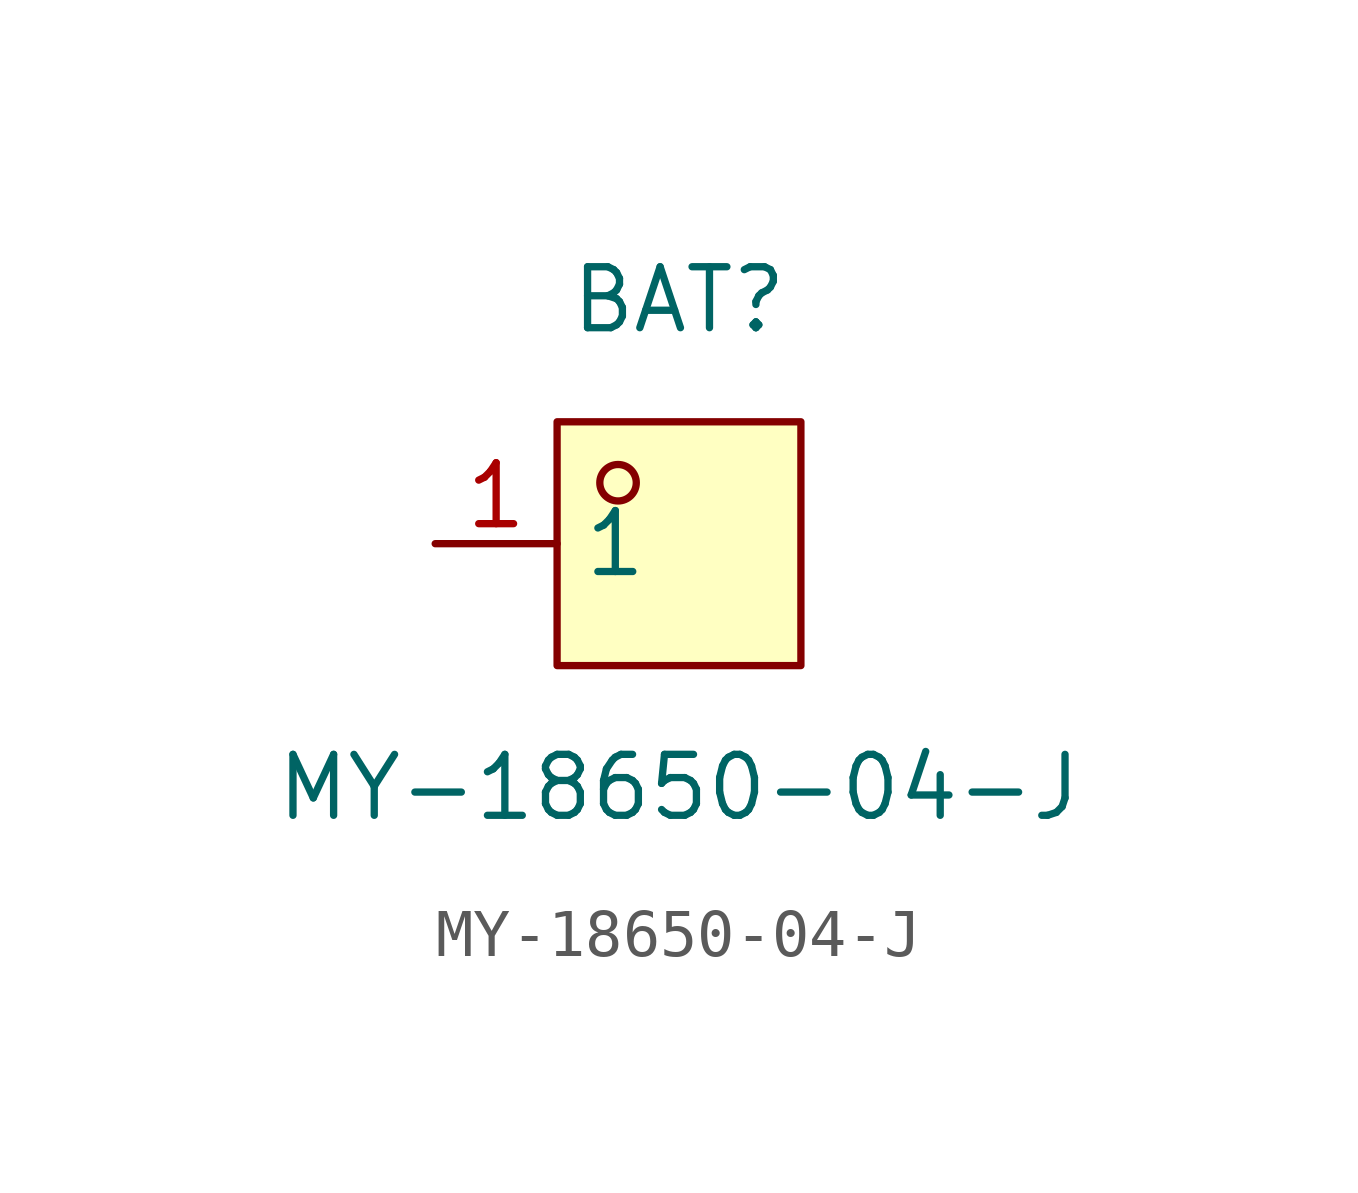
<source format=kicad_sym>
(kicad_symbol_lib
  (version 20211014)
  (generator https://github.com/uPesy/easyeda2kicad.py)
  (symbol "MY-18650-04-J"
    (property "Reference" "BAT"
      (at 0 5.08 0)
      (effects (font (size 1.27 1.27))))
    (property "Value" "MY-18650-04-J"
      (at 0 -5.08 0)
      (effects (font (size 1.27 1.27))))
    (symbol "MY-18650-04-J_0_1"
      (rectangle (start -2.54 2.54) (end 2.54 -2.54) (stroke (width 0) (type default) (color 0 0 0 0)) (fill (type background)))
      (circle (center -1.27 1.27) (radius 0.38) (stroke (width 0) (type default) (color 0 0 0 0)) (fill (type none)))
      (pin unspecified line (at -5.08 -0.00 0) (length 2.54) (name "1" (effects (font (size 1.27 1.27)))) (number "1" (effects (font (size 1.27 1.27))))))))
</source>
